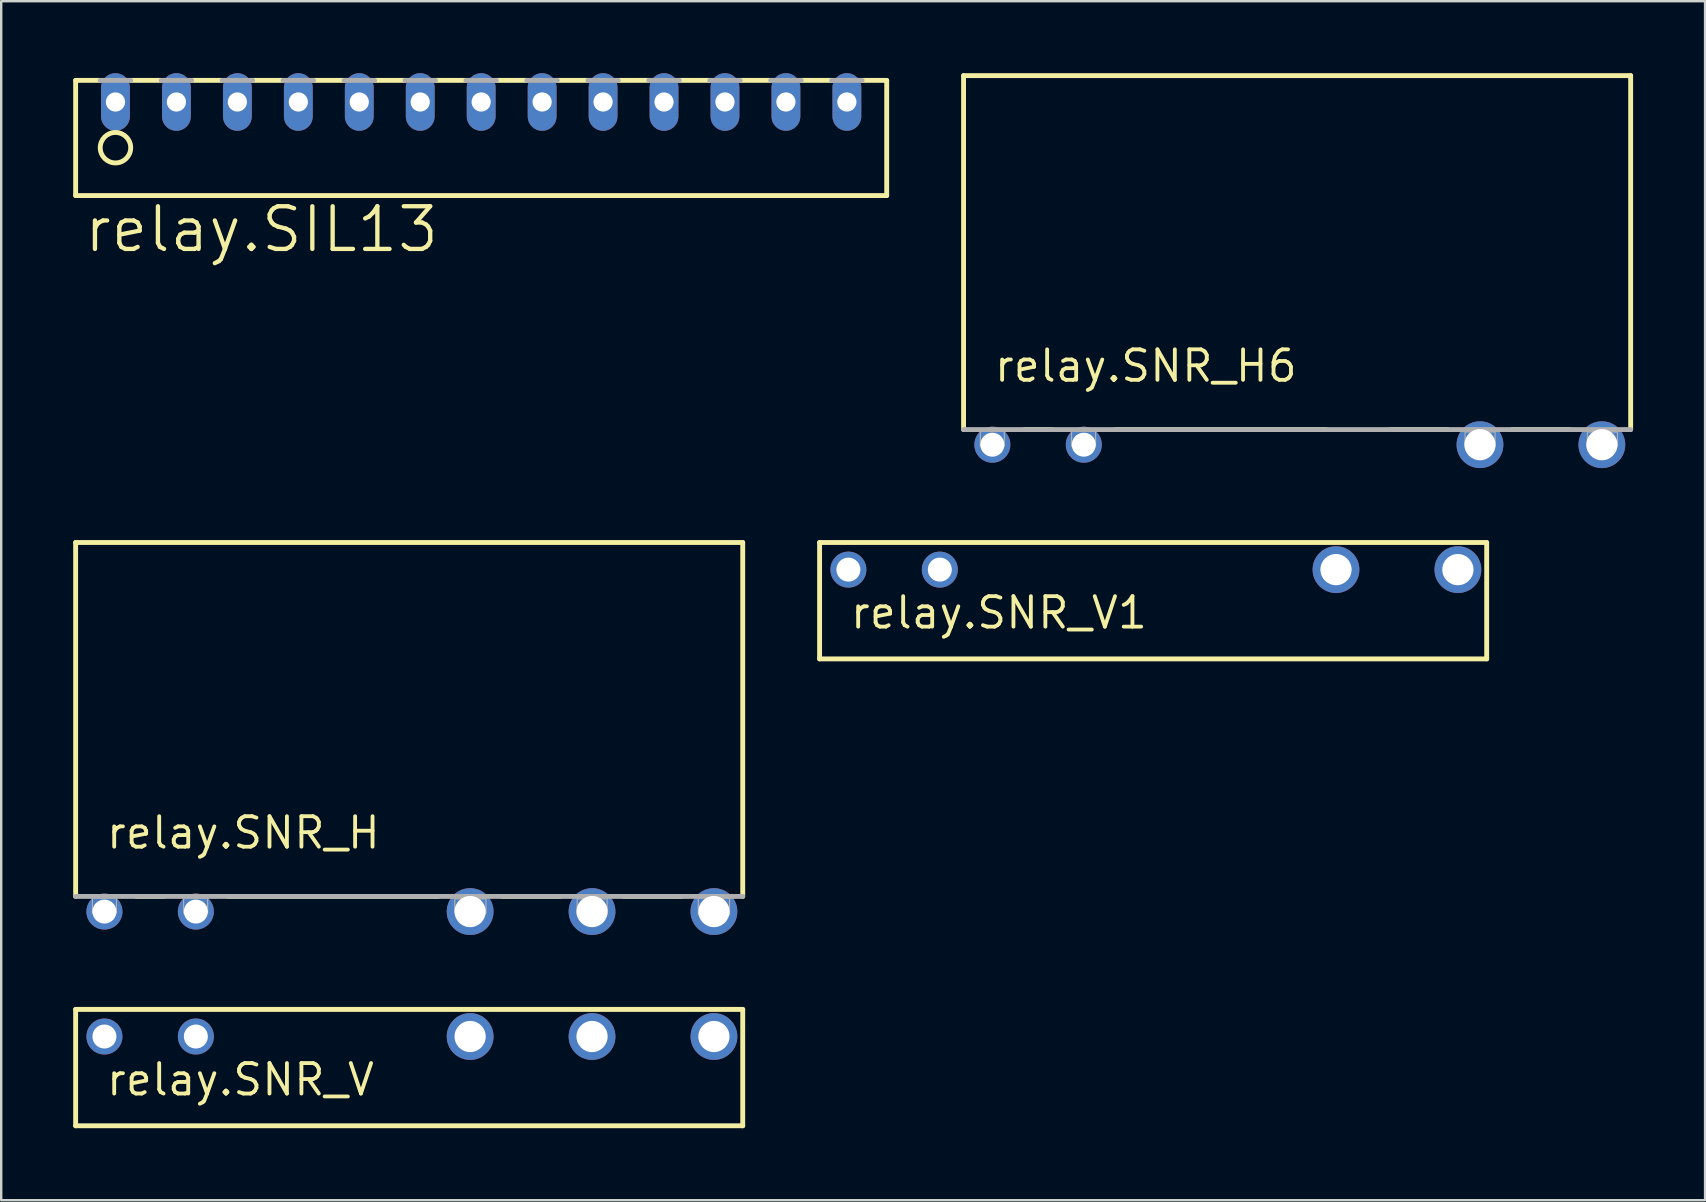
<source format=kicad_pcb>
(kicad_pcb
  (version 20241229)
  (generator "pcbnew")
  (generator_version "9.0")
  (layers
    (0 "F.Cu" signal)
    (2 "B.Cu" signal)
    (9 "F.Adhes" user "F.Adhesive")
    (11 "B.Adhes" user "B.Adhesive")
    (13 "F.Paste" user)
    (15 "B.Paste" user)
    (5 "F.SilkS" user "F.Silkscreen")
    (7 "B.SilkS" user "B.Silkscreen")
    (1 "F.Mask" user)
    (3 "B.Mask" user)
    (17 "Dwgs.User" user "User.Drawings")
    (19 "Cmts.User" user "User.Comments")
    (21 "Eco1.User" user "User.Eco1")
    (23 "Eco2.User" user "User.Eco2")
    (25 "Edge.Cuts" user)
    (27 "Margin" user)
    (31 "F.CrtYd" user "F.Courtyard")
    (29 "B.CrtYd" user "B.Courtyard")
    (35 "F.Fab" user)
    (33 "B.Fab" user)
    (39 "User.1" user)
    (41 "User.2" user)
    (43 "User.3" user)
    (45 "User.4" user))
  (footprint "relay.SIL13"
    (layer "F.Cu")
    (at 17.002 2.47)
    (property "Reference" "relay.SIL13" (at -16.637 5.08 0) (layer "F.SilkS") (effects (font (size 1.778 1.778) (thickness 0.18)) (justify left bottom)))
    (attr through_hole)
    (fp_line (start -16.9 -2.17) (end -15.875 -2.17) (stroke (width 0.203) (type default)) (layer "F.SilkS"))
    (fp_line (start -16.9 2.63) (end -16.9 -2.17) (stroke (width 0.203) (type default)) (layer "F.SilkS"))
    (fp_line (start -14.605 -2.17) (end -13.335 -2.17) (stroke (width 0.203) (type default)) (layer "F.SilkS"))
    (fp_line (start -12.065 -2.17) (end -10.795 -2.17) (stroke (width 0.203) (type default)) (layer "F.SilkS"))
    (fp_line (start -9.525 -2.17) (end -8.255 -2.17) (stroke (width 0.203) (type default)) (layer "F.SilkS"))
    (fp_line (start -6.985 -2.17) (end -5.715 -2.17) (stroke (width 0.203) (type default)) (layer "F.SilkS"))
    (fp_line (start -4.445 -2.17) (end -3.175 -2.17) (stroke (width 0.203) (type default)) (layer "F.SilkS"))
    (fp_line (start -1.905 -2.17) (end -0.635 -2.17) (stroke (width 0.203) (type default)) (layer "F.SilkS"))
    (fp_line (start 0.635 -2.17) (end 1.905 -2.17) (stroke (width 0.203) (type default)) (layer "F.SilkS"))
    (fp_line (start 3.175 -2.17) (end 4.445 -2.17) (stroke (width 0.203) (type default)) (layer "F.SilkS"))
    (fp_line (start 5.715 -2.17) (end 6.985 -2.17) (stroke (width 0.203) (type default)) (layer "F.SilkS"))
    (fp_line (start 8.255 -2.17) (end 9.525 -2.17) (stroke (width 0.203) (type default)) (layer "F.SilkS"))
    (fp_line (start 10.795 -2.17) (end 12.065 -2.17) (stroke (width 0.203) (type default)) (layer "F.SilkS"))
    (fp_line (start 13.335 -2.17) (end 14.605 -2.17) (stroke (width 0.203) (type default)) (layer "F.SilkS"))
    (fp_line (start 15.875 -2.17) (end 16.9 -2.17) (stroke (width 0.203) (type default)) (layer "F.SilkS"))
    (fp_line (start 16.9 -2.17) (end 16.9 2.63) (stroke (width 0.203) (type default)) (layer "F.SilkS"))
    (fp_line (start 16.9 2.63) (end -16.9 2.63) (stroke (width 0.203) (type default)) (layer "F.SilkS"))
    (fp_circle (center -15.24 0.635) (end -14.605 0.635) (stroke (width 0.203) (type default)) (fill no) (layer "F.SilkS"))
    (fp_line (start -15.875 -2.17) (end -14.605 -2.17) (stroke (width 0.203) (type default)) (layer "F.Fab"))
    (fp_line (start -13.335 -2.17) (end -12.065 -2.17) (stroke (width 0.203) (type default)) (layer "F.Fab"))
    (fp_line (start -10.795 -2.17) (end -9.525 -2.17) (stroke (width 0.203) (type default)) (layer "F.Fab"))
    (fp_line (start -8.255 -2.17) (end -6.985 -2.17) (stroke (width 0.203) (type default)) (layer "F.Fab"))
    (fp_line (start -5.715 -2.17) (end -4.445 -2.17) (stroke (width 0.203) (type default)) (layer "F.Fab"))
    (fp_line (start -3.175 -2.17) (end -1.905 -2.17) (stroke (width 0.203) (type default)) (layer "F.Fab"))
    (fp_line (start -0.635 -2.17) (end 0.635 -2.17) (stroke (width 0.203) (type default)) (layer "F.Fab"))
    (fp_line (start 1.905 -2.17) (end 3.175 -2.17) (stroke (width 0.203) (type default)) (layer "F.Fab"))
    (fp_line (start 4.445 -2.17) (end 5.715 -2.17) (stroke (width 0.203) (type default)) (layer "F.Fab"))
    (fp_line (start 6.985 -2.17) (end 8.255 -2.17) (stroke (width 0.203) (type default)) (layer "F.Fab"))
    (fp_line (start 9.525 -2.17) (end 10.795 -2.17) (stroke (width 0.203) (type default)) (layer "F.Fab"))
    (fp_line (start 12.065 -2.17) (end 13.335 -2.17) (stroke (width 0.203) (type default)) (layer "F.Fab"))
    (fp_line (start 14.605 -2.17) (end 15.875 -2.17) (stroke (width 0.203) (type default)) (layer "F.Fab"))
    (pad "1" thru_hole oval (at -15.24 -1.27 90) (size 2.4 1.2) (drill 0.8) (layers "*.Cu" "*.Mask"))
    (pad "2" thru_hole oval (at -12.7 -1.27 90) (size 2.4 1.2) (drill 0.8) (layers "*.Cu" "*.Mask"))
    (pad "3" thru_hole oval (at -10.16 -1.27 90) (size 2.4 1.2) (drill 0.8) (layers "*.Cu" "*.Mask"))
    (pad "4" thru_hole oval (at -7.62 -1.27 90) (size 2.4 1.2) (drill 0.8) (layers "*.Cu" "*.Mask"))
    (pad "5" thru_hole oval (at -5.08 -1.27 90) (size 2.4 1.2) (drill 0.8) (layers "*.Cu" "*.Mask"))
    (pad "6" thru_hole oval (at -2.54 -1.27 90) (size 2.4 1.2) (drill 0.8) (layers "*.Cu" "*.Mask"))
    (pad "7" thru_hole oval (at 0 -1.27 90) (size 2.4 1.2) (drill 0.8) (layers "*.Cu" "*.Mask"))
    (pad "8" thru_hole oval (at 2.54 -1.27 90) (size 2.4 1.2) (drill 0.8) (layers "*.Cu" "*.Mask"))
    (pad "9" thru_hole oval (at 5.08 -1.27 90) (size 2.4 1.2) (drill 0.8) (layers "*.Cu" "*.Mask"))
    (pad "10" thru_hole oval (at 7.62 -1.27 90) (size 2.4 1.2) (drill 0.8) (layers "*.Cu" "*.Mask"))
    (pad "11" thru_hole oval (at 10.16 -1.27 90) (size 2.4 1.2) (drill 0.8) (layers "*.Cu" "*.Mask"))
    (pad "12" thru_hole oval (at 12.7 -1.27 90) (size 2.4 1.2) (drill 0.8) (layers "*.Cu" "*.Mask"))
    (pad "13" thru_hole oval (at 15.24 -1.27 90) (size 2.4 1.2) (drill 0.8) (layers "*.Cu" "*.Mask")))
  (footprint "relay.SNR_H6"
    (layer "F.Cu")
    (at 51.005 7.862)
    (property "Reference" "relay.SNR_H6" (at -12.7 5.08 0) (layer "F.SilkS") (effects (font (size 1.27 1.27) (thickness 0.16)) (justify left bottom)))
    (attr through_hole)
    (fp_line (start -13.9 -7.76) (end -13.9 6.99) (stroke (width 0.203) (type default)) (layer "F.SilkS"))
    (fp_line (start -11.36 6.99) (end -10.23 6.99) (stroke (width 0.203) (type default)) (layer "F.SilkS"))
    (fp_line (start -7.55 6.99) (end 1.2 6.99) (stroke (width 0.203) (type default)) (layer "F.SilkS"))
    (fp_line (start 3.88 6.99) (end 6.28 6.99) (stroke (width 0.203) (type default)) (layer "F.SilkS"))
    (fp_line (start 8.96 6.99) (end 11.36 6.99) (stroke (width 0.203) (type default)) (layer "F.SilkS"))
    (fp_line (start 13.9 -7.76) (end -13.9 -7.76) (stroke (width 0.203) (type default)) (layer "F.SilkS"))
    (fp_line (start 13.9 6.99) (end 13.9 -7.76) (stroke (width 0.203) (type default)) (layer "F.SilkS"))
    (fp_line (start -13.9 6.99) (end 13.9 6.99) (stroke (width 0.203) (type default)) (layer "F.Fab"))
    (fp_rect (start -13.2 7.69) (end -12.2 7.04) (stroke (width 0.05) (type default)) (fill no) (layer "F.Fab"))
    (fp_rect (start -9.4 7.69) (end -8.4 7.04) (stroke (width 0.05) (type default)) (fill no) (layer "F.Fab"))
    (fp_rect (start 7 7.69) (end 8.25 7.09) (stroke (width 0.05) (type default)) (fill no) (layer "F.Fab"))
    (fp_rect (start 12.1 7.69) (end 13.35 7.09) (stroke (width 0.05) (type default)) (fill no) (layer "F.Fab"))
    (pad "11" thru_hole circle (at 7.62 7.62) (size 1.95 1.95) (drill 1.3) (layers "*.Cu" "*.Mask"))
    (pad "14" thru_hole circle (at 12.7 7.62) (size 1.95 1.95) (drill 1.3) (layers "*.Cu" "*.Mask"))
    (pad "A1" thru_hole circle (at -12.7 7.62) (size 1.5 1.5) (drill 1) (layers "*.Cu" "*.Mask"))
    (pad "A2" thru_hole circle (at -8.89 7.62) (size 1.5 1.5) (drill 1) (layers "*.Cu" "*.Mask")))
  (footprint "relay.SNR_V1"
    (layer "F.Cu")
    (at 45.005 21.958)
    (property "Reference" "relay.SNR_V1" (at -12.7 1.27 0) (layer "F.SilkS") (effects (font (size 1.27 1.27) (thickness 0.16)) (justify left bottom)))
    (attr through_hole)
    (fp_line (start -13.9 -2.4) (end 13.9 -2.4) (stroke (width 0.203) (type default)) (layer "F.SilkS"))
    (fp_line (start -13.9 2.45) (end -13.9 -2.4) (stroke (width 0.203) (type default)) (layer "F.SilkS"))
    (fp_line (start 13.9 -2.4) (end 13.9 2.45) (stroke (width 0.203) (type default)) (layer "F.SilkS"))
    (fp_line (start 13.9 2.45) (end -13.9 2.45) (stroke (width 0.203) (type default)) (layer "F.SilkS"))
    (pad "11" thru_hole circle (at 7.62 -1.27) (size 1.95 1.95) (drill 1.3) (layers "*.Cu" "*.Mask"))
    (pad "14" thru_hole circle (at 12.7 -1.27) (size 1.95 1.95) (drill 1.3) (layers "*.Cu" "*.Mask"))
    (pad "A1" thru_hole circle (at -12.7 -1.27) (size 1.5 1.5) (drill 1) (layers "*.Cu" "*.Mask"))
    (pad "A2" thru_hole circle (at -8.89 -1.27) (size 1.5 1.5) (drill 1) (layers "*.Cu" "*.Mask")))
  (footprint "relay.SNR_H"
    (layer "F.Cu")
    (at 14.002 27.318)
    (property "Reference" "relay.SNR_H" (at -12.7 5.08 0) (layer "F.SilkS") (effects (font (size 1.27 1.27) (thickness 0.16)) (justify left bottom)))
    (attr through_hole)
    (fp_line (start -13.9 -7.76) (end -13.9 6.99) (stroke (width 0.203) (type default)) (layer "F.SilkS"))
    (fp_line (start -11.36 6.99) (end -10.23 6.99) (stroke (width 0.203) (type default)) (layer "F.SilkS"))
    (fp_line (start -7.55 6.99) (end 1.2 6.99) (stroke (width 0.203) (type default)) (layer "F.SilkS"))
    (fp_line (start 3.88 6.99) (end 6.28 6.99) (stroke (width 0.203) (type default)) (layer "F.SilkS"))
    (fp_line (start 8.96 6.99) (end 11.36 6.99) (stroke (width 0.203) (type default)) (layer "F.SilkS"))
    (fp_line (start 13.9 -7.76) (end -13.9 -7.76) (stroke (width 0.203) (type default)) (layer "F.SilkS"))
    (fp_line (start 13.9 6.99) (end 13.9 -7.76) (stroke (width 0.203) (type default)) (layer "F.SilkS"))
    (fp_line (start -13.9 6.99) (end 13.9 6.99) (stroke (width 0.203) (type default)) (layer "F.Fab"))
    (fp_rect (start -13.2 7.69) (end -12.2 7.04) (stroke (width 0.05) (type default)) (fill no) (layer "F.Fab"))
    (fp_rect (start -9.4 7.69) (end -8.4 7.04) (stroke (width 0.05) (type default)) (fill no) (layer "F.Fab"))
    (fp_rect (start 1.9 7.69) (end 3.2 7.09) (stroke (width 0.05) (type default)) (fill no) (layer "F.Fab"))
    (fp_rect (start 7 7.69) (end 8.25 7.09) (stroke (width 0.05) (type default)) (fill no) (layer "F.Fab"))
    (fp_rect (start 12.05 7.75) (end 13.35 7.05) (stroke (width 0.05) (type default)) (fill no) (layer "F.Fab"))
    (pad "11" thru_hole circle (at 7.62 7.62) (size 1.95 1.95) (drill 1.3) (layers "*.Cu" "*.Mask"))
    (pad "12" thru_hole circle (at 2.54 7.62) (size 1.95 1.95) (drill 1.3) (layers "*.Cu" "*.Mask"))
    (pad "14" thru_hole circle (at 12.7 7.62) (size 1.95 1.95) (drill 1.3) (layers "*.Cu" "*.Mask"))
    (pad "A1" thru_hole circle (at -12.7 7.62) (size 1.5 1.5) (drill 1) (layers "*.Cu" "*.Mask"))
    (pad "A2" thru_hole circle (at -8.89 7.62) (size 1.5 1.5) (drill 1) (layers "*.Cu" "*.Mask")))
  (footprint "relay.SNR_V"
    (layer "F.Cu")
    (at 14.002 41.415)
    (property "Reference" "relay.SNR_V" (at -12.7 1.27 0) (layer "F.SilkS") (effects (font (size 1.27 1.27) (thickness 0.16)) (justify left bottom)))
    (attr through_hole)
    (fp_line (start -13.9 -2.4) (end 13.9 -2.4) (stroke (width 0.203) (type default)) (layer "F.SilkS"))
    (fp_line (start -13.9 2.45) (end -13.9 -2.4) (stroke (width 0.203) (type default)) (layer "F.SilkS"))
    (fp_line (start 13.9 -2.4) (end 13.9 2.45) (stroke (width 0.203) (type default)) (layer "F.SilkS"))
    (fp_line (start 13.9 2.45) (end -13.9 2.45) (stroke (width 0.203) (type default)) (layer "F.SilkS"))
    (pad "11" thru_hole circle (at 7.62 -1.27) (size 1.95 1.95) (drill 1.3) (layers "*.Cu" "*.Mask"))
    (pad "12" thru_hole circle (at 2.54 -1.27) (size 1.95 1.95) (drill 1.3) (layers "*.Cu" "*.Mask"))
    (pad "14" thru_hole circle (at 12.7 -1.27) (size 1.95 1.95) (drill 1.3) (layers "*.Cu" "*.Mask"))
    (pad "A1" thru_hole circle (at -12.7 -1.27) (size 1.5 1.5) (drill 1) (layers "*.Cu" "*.Mask"))
    (pad "A2" thru_hole circle (at -8.89 -1.27) (size 1.5 1.5) (drill 1) (layers "*.Cu" "*.Mask")))
  (gr_rect
    (start -3 -3)
    (end 68.006 46.966)
    (stroke (width 0.1) (type default))
    (fill no)
    (layer "Edge.Cuts")))
</source>
